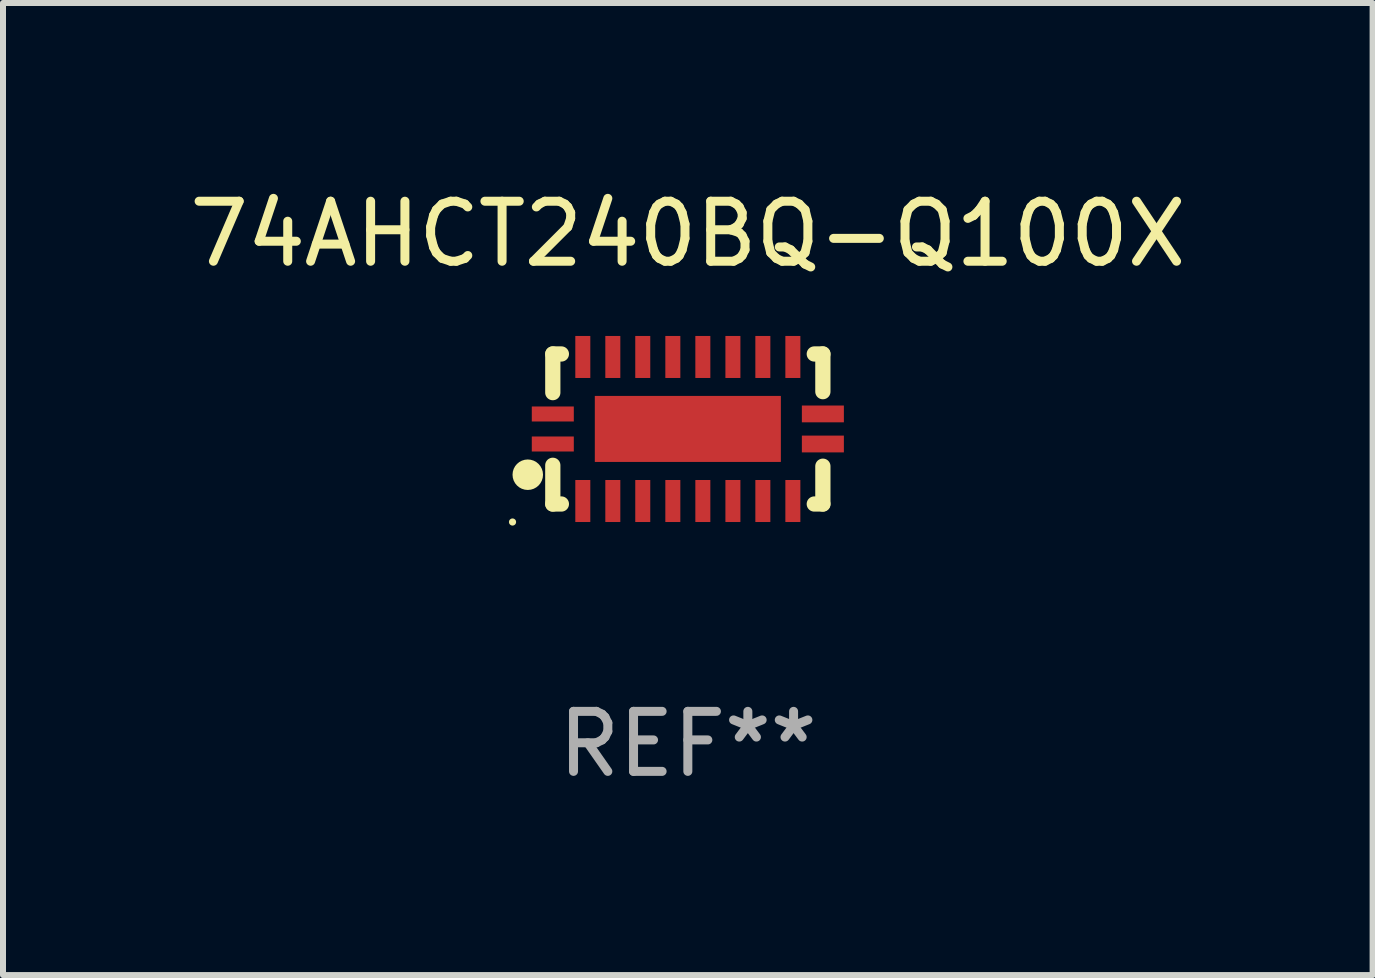
<source format=kicad_pcb>
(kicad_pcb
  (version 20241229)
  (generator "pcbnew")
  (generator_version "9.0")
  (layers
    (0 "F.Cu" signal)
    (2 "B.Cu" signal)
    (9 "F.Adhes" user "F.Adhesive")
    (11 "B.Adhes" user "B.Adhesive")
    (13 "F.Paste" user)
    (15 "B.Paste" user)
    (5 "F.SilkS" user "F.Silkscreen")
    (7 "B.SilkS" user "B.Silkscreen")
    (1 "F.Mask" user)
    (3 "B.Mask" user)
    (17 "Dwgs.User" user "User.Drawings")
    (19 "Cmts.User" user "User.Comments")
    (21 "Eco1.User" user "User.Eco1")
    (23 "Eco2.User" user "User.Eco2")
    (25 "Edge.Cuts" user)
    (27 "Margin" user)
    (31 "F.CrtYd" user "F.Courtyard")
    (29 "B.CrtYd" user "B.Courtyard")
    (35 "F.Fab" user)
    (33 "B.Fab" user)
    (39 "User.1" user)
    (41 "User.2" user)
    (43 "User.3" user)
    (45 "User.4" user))
  (footprint "74AHCT240BQ-Q100X"
    (layer "F.Cu")
    (at 8.411 4.098)
    (property "Reference" "74AHCT240BQ-Q100X" (at 0 -3.25 0) (layer "F.SilkS") (effects (font (size 1 1) (thickness 0.15))))
    (attr through_hole)
    (fp_line (start -2.25 0.605) (end -2.25 1.25) (stroke (width 0.254) (type solid)) (layer "F.SilkS"))
    (fp_line (start -2.25 1.25) (end -2.107 1.25) (stroke (width 0.254) (type solid)) (layer "F.SilkS"))
    (fp_line (start -2.25 -1.25) (end -2.25 -0.606) (stroke (width 0.254) (type solid)) (layer "F.SilkS"))
    (fp_line (start -2.25 -1.25) (end -2.107 -1.25) (stroke (width 0.254) (type solid)) (layer "F.SilkS"))
    (fp_line (start 2.107 -1.25) (end 2.25 -1.25) (stroke (width 0.254) (type solid)) (layer "F.SilkS"))
    (fp_line (start 2.107 1.25) (end 2.25 1.25) (stroke (width 0.254) (type solid)) (layer "F.SilkS"))
    (fp_line (start 2.25 -1.25) (end 2.25 -0.622) (stroke (width 0.254) (type solid)) (layer "F.SilkS"))
    (fp_line (start 2.25 0.62) (end 2.25 1.25) (stroke (width 0.254) (type solid)) (layer "F.SilkS"))
    (fp_circle (center -2.921 1.55) (end -2.891 1.55) (stroke (width 0.06) (type solid)) (fill no) (layer "F.SilkS"))
    (fp_circle (center -2.667 0.762) (end -2.54 0.762) (stroke (width 0.254) (type solid)) (fill no) (layer "F.SilkS"))
    (fp_text user "REF**" (at 0 5.25 0) (layer "F.Fab") (effects (font (size 1 1) (thickness 0.15))))
    (pad "1" smd rect (at -2.25 0.25 180) (size 0.7 0.25) (layers "F.Cu" "F.Mask" "F.Paste"))
    (pad "2" smd rect (at -1.75 1.2 90) (size 0.7 0.25) (layers "F.Cu" "F.Mask" "F.Paste"))
    (pad "3" smd rect (at -1.25 1.2 90) (size 0.7 0.25) (layers "F.Cu" "F.Mask" "F.Paste"))
    (pad "4" smd rect (at -0.751 1.2 90) (size 0.7 0.25) (layers "F.Cu" "F.Mask" "F.Paste"))
    (pad "5" smd rect (at -0.25 1.2 90) (size 0.7 0.25) (layers "F.Cu" "F.Mask" "F.Paste"))
    (pad "6" smd rect (at 0.25 1.2 90) (size 0.7 0.25) (layers "F.Cu" "F.Mask" "F.Paste"))
    (pad "7" smd rect (at 0.751 1.2 90) (size 0.7 0.25) (layers "F.Cu" "F.Mask" "F.Paste"))
    (pad "8" smd rect (at 1.25 1.2 90) (size 0.7 0.25) (layers "F.Cu" "F.Mask" "F.Paste"))
    (pad "9" smd rect (at 1.75 1.2 90) (size 0.7 0.25) (layers "F.Cu" "F.Mask" "F.Paste"))
    (pad "10" smd rect (at 2.25 0.25 180) (size 0.7 0.28) (layers "F.Cu" "F.Mask" "F.Paste"))
    (pad "11" smd rect (at 2.25 -0.251 180) (size 0.7 0.28) (layers "F.Cu" "F.Mask" "F.Paste"))
    (pad "12" smd rect (at 1.75 -1.2 90) (size 0.7 0.25) (layers "F.Cu" "F.Mask" "F.Paste"))
    (pad "13" smd rect (at 1.25 -1.2 90) (size 0.7 0.25) (layers "F.Cu" "F.Mask" "F.Paste"))
    (pad "14" smd rect (at 0.751 -1.2 90) (size 0.7 0.25) (layers "F.Cu" "F.Mask" "F.Paste"))
    (pad "15" smd rect (at 0.25 -1.2 90) (size 0.7 0.25) (layers "F.Cu" "F.Mask" "F.Paste"))
    (pad "16" smd rect (at -0.25 -1.2 90) (size 0.7 0.25) (layers "F.Cu" "F.Mask" "F.Paste"))
    (pad "17" smd rect (at -0.751 -1.2 90) (size 0.7 0.25) (layers "F.Cu" "F.Mask" "F.Paste"))
    (pad "18" smd rect (at -1.25 -1.2 90) (size 0.7 0.25) (layers "F.Cu" "F.Mask" "F.Paste"))
    (pad "19" smd rect (at -1.75 -1.2 90) (size 0.7 0.25) (layers "F.Cu" "F.Mask" "F.Paste"))
    (pad "20" smd rect (at -2.25 -0.25 180) (size 0.7 0.25) (layers "F.Cu" "F.Mask" "F.Paste"))
    (pad "21" smd rect (at 0 -0.001 180) (size 3.1 1.1) (layers "F.Cu" "F.Mask" "F.Paste")))
  (gr_rect
    (start -3 -3)
    (end 19.821 13.197)
    (stroke (width 0.1) (type default))
    (fill no)
    (layer "Edge.Cuts")))
</source>
